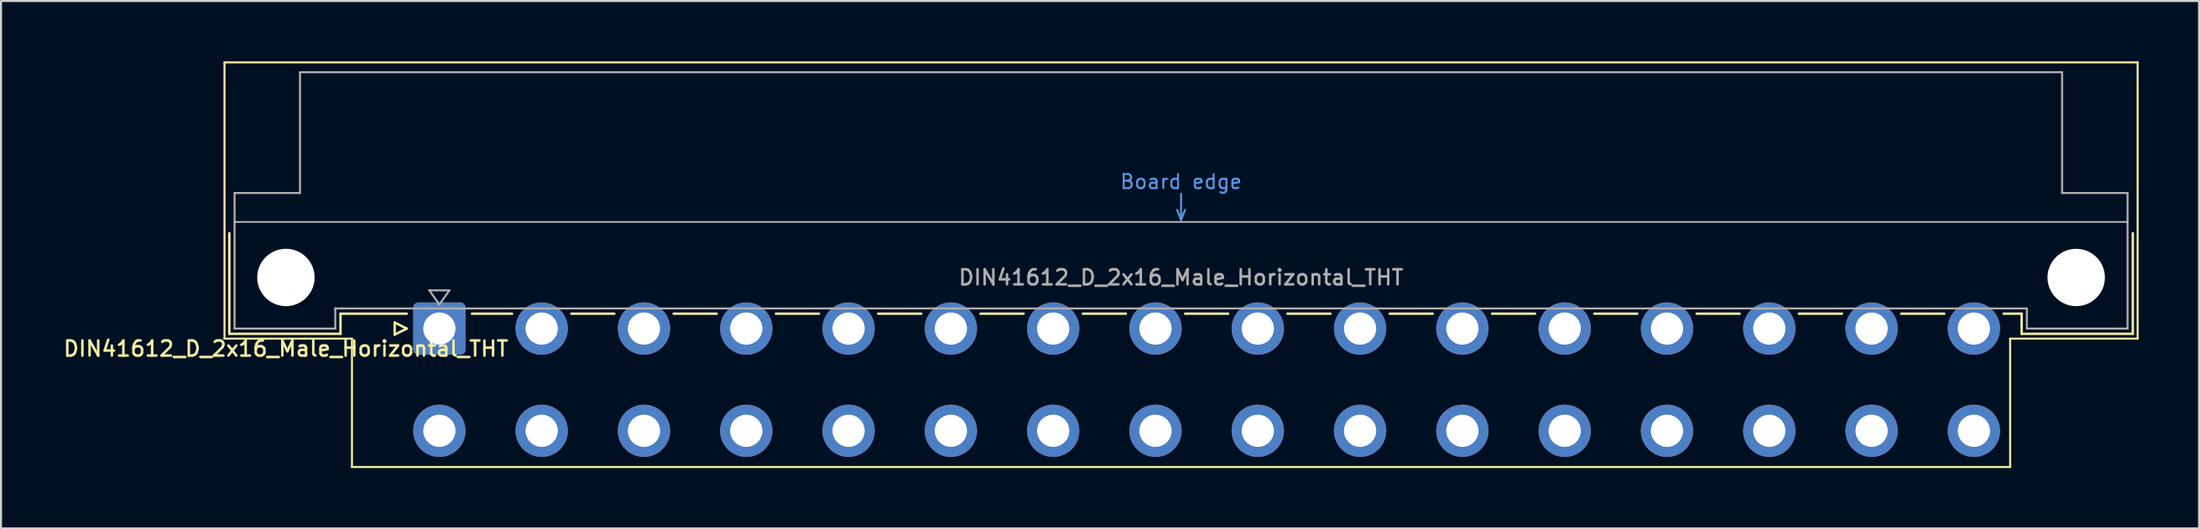
<source format=kicad_pcb>
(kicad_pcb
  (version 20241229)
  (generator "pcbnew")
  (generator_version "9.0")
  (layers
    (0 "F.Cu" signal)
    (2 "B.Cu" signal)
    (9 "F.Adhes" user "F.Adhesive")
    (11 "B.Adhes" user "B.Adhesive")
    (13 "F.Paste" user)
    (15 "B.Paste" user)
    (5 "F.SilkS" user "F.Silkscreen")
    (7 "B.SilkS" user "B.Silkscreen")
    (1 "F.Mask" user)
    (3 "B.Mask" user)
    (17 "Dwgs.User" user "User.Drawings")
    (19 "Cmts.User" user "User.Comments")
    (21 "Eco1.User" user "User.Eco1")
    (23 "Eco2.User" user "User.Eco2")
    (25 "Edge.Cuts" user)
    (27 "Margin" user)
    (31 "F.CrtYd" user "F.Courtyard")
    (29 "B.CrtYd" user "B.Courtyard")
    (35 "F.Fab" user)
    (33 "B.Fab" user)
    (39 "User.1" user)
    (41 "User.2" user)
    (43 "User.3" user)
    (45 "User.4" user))
  (footprint "DIN41612_D_2x16_Male_Horizontal_THT"
    (layer "F.Cu")
    (at 16.228 13.28)
    (property "Reference" "DIN41612_D_2x16_Male_Horizontal_THT" (at -5.08 1 0) (layer "F.SilkS") (effects (font (size 0.75 0.75) (thickness 0.125))))
    (attr through_hole)
    (fp_line (start -8.13 -13.23) (end -8.13 0.5) (stroke (width 0.1) (type solid)) (layer "F.SilkS"))
    (fp_line (start -8.13 0.5) (end -1.8 0.5) (stroke (width 0.1) (type solid)) (layer "F.SilkS"))
    (fp_line (start -7.89 -4.74) (end -7.89 0.26) (stroke (width 0.12) (type solid)) (layer "F.SilkS"))
    (fp_line (start -7.89 0.26) (end -2.37 0.26) (stroke (width 0.12) (type solid)) (layer "F.SilkS"))
    (fp_line (start -2.371 -0.74) (end 0.92 -0.74) (stroke (width 0.12) (type solid)) (layer "F.SilkS"))
    (fp_line (start -2.37 0.26) (end -2.37 -0.74) (stroke (width 0.12) (type solid)) (layer "F.SilkS"))
    (fp_line (start -1.8 0.5) (end -1.8 6.88) (stroke (width 0.1) (type solid)) (layer "F.SilkS"))
    (fp_line (start -1.8 6.88) (end 80.54 6.88) (stroke (width 0.1) (type solid)) (layer "F.SilkS"))
    (fp_line (start 0.32 -0.3) (end 0.32 0.3) (stroke (width 0.12) (type solid)) (layer "F.SilkS"))
    (fp_line (start 0.32 0.3) (end 0.92 0) (stroke (width 0.12) (type solid)) (layer "F.SilkS"))
    (fp_line (start 0.92 0) (end 0.32 -0.3) (stroke (width 0.12) (type solid)) (layer "F.SilkS"))
    (fp_line (start 4.16 -0.74) (end 6.149 -0.74) (stroke (width 0.12) (type solid)) (layer "F.SilkS"))
    (fp_line (start 9.092 -0.74) (end 11.229 -0.74) (stroke (width 0.12) (type solid)) (layer "F.SilkS"))
    (fp_line (start 14.172 -0.74) (end 16.309 -0.74) (stroke (width 0.12) (type solid)) (layer "F.SilkS"))
    (fp_line (start 19.252 -0.74) (end 21.389 -0.74) (stroke (width 0.12) (type solid)) (layer "F.SilkS"))
    (fp_line (start 24.332 -0.74) (end 26.469 -0.74) (stroke (width 0.12) (type solid)) (layer "F.SilkS"))
    (fp_line (start 29.412 -0.74) (end 31.549 -0.74) (stroke (width 0.12) (type solid)) (layer "F.SilkS"))
    (fp_line (start 34.492 -0.74) (end 36.629 -0.74) (stroke (width 0.12) (type solid)) (layer "F.SilkS"))
    (fp_line (start 39.572 -0.74) (end 41.709 -0.74) (stroke (width 0.12) (type solid)) (layer "F.SilkS"))
    (fp_line (start 44.652 -0.74) (end 46.789 -0.74) (stroke (width 0.12) (type solid)) (layer "F.SilkS"))
    (fp_line (start 49.732 -0.74) (end 51.869 -0.74) (stroke (width 0.12) (type solid)) (layer "F.SilkS"))
    (fp_line (start 54.812 -0.74) (end 56.949 -0.74) (stroke (width 0.12) (type solid)) (layer "F.SilkS"))
    (fp_line (start 59.892 -0.74) (end 62.029 -0.74) (stroke (width 0.12) (type solid)) (layer "F.SilkS"))
    (fp_line (start 64.972 -0.74) (end 67.109 -0.74) (stroke (width 0.12) (type solid)) (layer "F.SilkS"))
    (fp_line (start 70.052 -0.74) (end 72.189 -0.74) (stroke (width 0.12) (type solid)) (layer "F.SilkS"))
    (fp_line (start 75.132 -0.74) (end 77.269 -0.74) (stroke (width 0.12) (type solid)) (layer "F.SilkS"))
    (fp_line (start 80.212 -0.74) (end 81.11 -0.74) (stroke (width 0.12) (type solid)) (layer "F.SilkS"))
    (fp_line (start 80.54 0.5) (end 86.87 0.5) (stroke (width 0.1) (type solid)) (layer "F.SilkS"))
    (fp_line (start 80.54 6.88) (end 80.54 0.5) (stroke (width 0.1) (type solid)) (layer "F.SilkS"))
    (fp_line (start 81.11 0.26) (end 81.11 -0.74) (stroke (width 0.12) (type solid)) (layer "F.SilkS"))
    (fp_line (start 86.63 -4.74) (end 86.63 0.26) (stroke (width 0.12) (type solid)) (layer "F.SilkS"))
    (fp_line (start 86.63 0.26) (end 81.11 0.26) (stroke (width 0.12) (type solid)) (layer "F.SilkS"))
    (fp_line (start 86.87 -13.23) (end -8.13 -13.23) (stroke (width 0.1) (type solid)) (layer "F.SilkS"))
    (fp_line (start 86.87 0.5) (end 86.87 -13.23) (stroke (width 0.1) (type solid)) (layer "F.SilkS"))
    (fp_line (start -7.63 -5.3) (end 86.37 -5.3) (stroke (width 0.08) (type solid)) (layer "Dwgs.User"))
    (fp_line (start 39.17 -5.9) (end 39.37 -5.4) (stroke (width 0.1) (type solid)) (layer "Cmts.User"))
    (fp_line (start 39.37 -5.4) (end 39.37 -6.7) (stroke (width 0.1) (type solid)) (layer "Cmts.User"))
    (fp_line (start 39.37 -5.4) (end 39.57 -5.9) (stroke (width 0.1) (type solid)) (layer "Cmts.User"))
    (fp_line (start -7.63 -6.74) (end -7.63 0) (stroke (width 0.1) (type solid)) (layer "F.Fab"))
    (fp_line (start -7.63 0) (end -2.63 0) (stroke (width 0.1) (type solid)) (layer "F.Fab"))
    (fp_line (start -4.38 -12.74) (end -4.38 -6.74) (stroke (width 0.1) (type solid)) (layer "F.Fab"))
    (fp_line (start -4.38 -6.74) (end -7.63 -6.74) (stroke (width 0.1) (type solid)) (layer "F.Fab"))
    (fp_line (start -2.63 -1) (end 81.37 -1) (stroke (width 0.1) (type solid)) (layer "F.Fab"))
    (fp_line (start -2.63 0) (end -2.63 -1) (stroke (width 0.1) (type solid)) (layer "F.Fab"))
    (fp_line (start 2.04 -1.9) (end 3.04 -1.9) (stroke (width 0.1) (type solid)) (layer "F.Fab"))
    (fp_line (start 2.54 -1.2) (end 2.04 -1.9) (stroke (width 0.1) (type solid)) (layer "F.Fab"))
    (fp_line (start 3.04 -1.9) (end 2.54 -1.2) (stroke (width 0.1) (type solid)) (layer "F.Fab"))
    (fp_line (start 81.37 -1) (end 81.37 0) (stroke (width 0.1) (type solid)) (layer "F.Fab"))
    (fp_line (start 81.37 0) (end 86.37 0) (stroke (width 0.1) (type solid)) (layer "F.Fab"))
    (fp_line (start 83.12 -12.74) (end -4.38 -12.74) (stroke (width 0.1) (type solid)) (layer "F.Fab"))
    (fp_line (start 83.12 -6.74) (end 83.12 -12.74) (stroke (width 0.1) (type solid)) (layer "F.Fab"))
    (fp_line (start 86.37 -6.74) (end 83.12 -6.74) (stroke (width 0.1) (type solid)) (layer "F.Fab"))
    (fp_line (start 86.37 0) (end 86.37 -6.74) (stroke (width 0.1) (type solid)) (layer "F.Fab"))
    (fp_text user "Board edge" (at 39.37 -7.3 0) (layer "Cmts.User") (effects (font (size 0.7 0.7) (thickness 0.1))))
    (fp_text user "${REFERENCE}" (at 39.37 -2.54 0) (layer "F.Fab") (effects (font (size 0.75 0.75) (thickness 0.125))))
    (pad "" np_thru_hole circle (at -5.08 -2.54) (size 2.85 2.85) (drill 2.85) (layers "*.Cu" "*.Mask"))
    (pad "" np_thru_hole circle (at 83.82 -2.54) (size 2.85 2.85) (drill 2.85) (layers "*.Cu" "*.Mask"))
    (pad "a2" thru_hole roundrect (at 2.54 0) (size 2.6 2.6) (drill 1.6) (layers "*.Cu" "*.Mask") (roundrect_rratio 0.096))
    (pad "a4" thru_hole circle (at 7.62 0) (size 2.6 2.6) (drill 1.6) (layers "*.Cu" "*.Mask"))
    (pad "a6" thru_hole circle (at 12.7 0) (size 2.6 2.6) (drill 1.6) (layers "*.Cu" "*.Mask"))
    (pad "a8" thru_hole circle (at 17.78 0) (size 2.6 2.6) (drill 1.6) (layers "*.Cu" "*.Mask"))
    (pad "a10" thru_hole circle (at 22.86 0) (size 2.6 2.6) (drill 1.6) (layers "*.Cu" "*.Mask"))
    (pad "a12" thru_hole circle (at 27.94 0) (size 2.6 2.6) (drill 1.6) (layers "*.Cu" "*.Mask"))
    (pad "a14" thru_hole circle (at 33.02 0) (size 2.6 2.6) (drill 1.6) (layers "*.Cu" "*.Mask"))
    (pad "a16" thru_hole circle (at 38.1 0) (size 2.6 2.6) (drill 1.6) (layers "*.Cu" "*.Mask"))
    (pad "a18" thru_hole circle (at 43.18 0) (size 2.6 2.6) (drill 1.6) (layers "*.Cu" "*.Mask"))
    (pad "a20" thru_hole circle (at 48.26 0) (size 2.6 2.6) (drill 1.6) (layers "*.Cu" "*.Mask"))
    (pad "a22" thru_hole circle (at 53.34 0) (size 2.6 2.6) (drill 1.6) (layers "*.Cu" "*.Mask"))
    (pad "a24" thru_hole circle (at 58.42 0) (size 2.6 2.6) (drill 1.6) (layers "*.Cu" "*.Mask"))
    (pad "a26" thru_hole circle (at 63.5 0) (size 2.6 2.6) (drill 1.6) (layers "*.Cu" "*.Mask"))
    (pad "a28" thru_hole circle (at 68.58 0) (size 2.6 2.6) (drill 1.6) (layers "*.Cu" "*.Mask"))
    (pad "a30" thru_hole circle (at 73.66 0) (size 2.6 2.6) (drill 1.6) (layers "*.Cu" "*.Mask"))
    (pad "a32" thru_hole circle (at 78.74 0) (size 2.6 2.6) (drill 1.6) (layers "*.Cu" "*.Mask"))
    (pad "c2" thru_hole circle (at 2.54 5.08) (size 2.6 2.6) (drill 1.6) (layers "*.Cu" "*.Mask"))
    (pad "c4" thru_hole circle (at 7.62 5.08) (size 2.6 2.6) (drill 1.6) (layers "*.Cu" "*.Mask"))
    (pad "c6" thru_hole circle (at 12.7 5.08) (size 2.6 2.6) (drill 1.6) (layers "*.Cu" "*.Mask"))
    (pad "c8" thru_hole circle (at 17.78 5.08) (size 2.6 2.6) (drill 1.6) (layers "*.Cu" "*.Mask"))
    (pad "c10" thru_hole circle (at 22.86 5.08) (size 2.6 2.6) (drill 1.6) (layers "*.Cu" "*.Mask"))
    (pad "c12" thru_hole circle (at 27.94 5.08) (size 2.6 2.6) (drill 1.6) (layers "*.Cu" "*.Mask"))
    (pad "c14" thru_hole circle (at 33.02 5.08) (size 2.6 2.6) (drill 1.6) (layers "*.Cu" "*.Mask"))
    (pad "c16" thru_hole circle (at 38.1 5.08) (size 2.6 2.6) (drill 1.6) (layers "*.Cu" "*.Mask"))
    (pad "c18" thru_hole circle (at 43.18 5.08) (size 2.6 2.6) (drill 1.6) (layers "*.Cu" "*.Mask"))
    (pad "c20" thru_hole circle (at 48.26 5.08) (size 2.6 2.6) (drill 1.6) (layers "*.Cu" "*.Mask"))
    (pad "c22" thru_hole circle (at 53.34 5.08) (size 2.6 2.6) (drill 1.6) (layers "*.Cu" "*.Mask"))
    (pad "c24" thru_hole circle (at 58.42 5.08) (size 2.6 2.6) (drill 1.6) (layers "*.Cu" "*.Mask"))
    (pad "c26" thru_hole circle (at 63.5 5.08) (size 2.6 2.6) (drill 1.6) (layers "*.Cu" "*.Mask"))
    (pad "c28" thru_hole circle (at 68.58 5.08) (size 2.6 2.6) (drill 1.6) (layers "*.Cu" "*.Mask"))
    (pad "c30" thru_hole circle (at 73.66 5.08) (size 2.6 2.6) (drill 1.6) (layers "*.Cu" "*.Mask"))
    (pad "c32" thru_hole circle (at 78.74 5.08) (size 2.6 2.6) (drill 1.6) (layers "*.Cu" "*.Mask")))
  (gr_rect
    (start -3 -3)
    (end 106.148 23.21)
    (stroke (width 0.1) (type default))
    (fill no)
    (layer "Edge.Cuts")))
</source>
